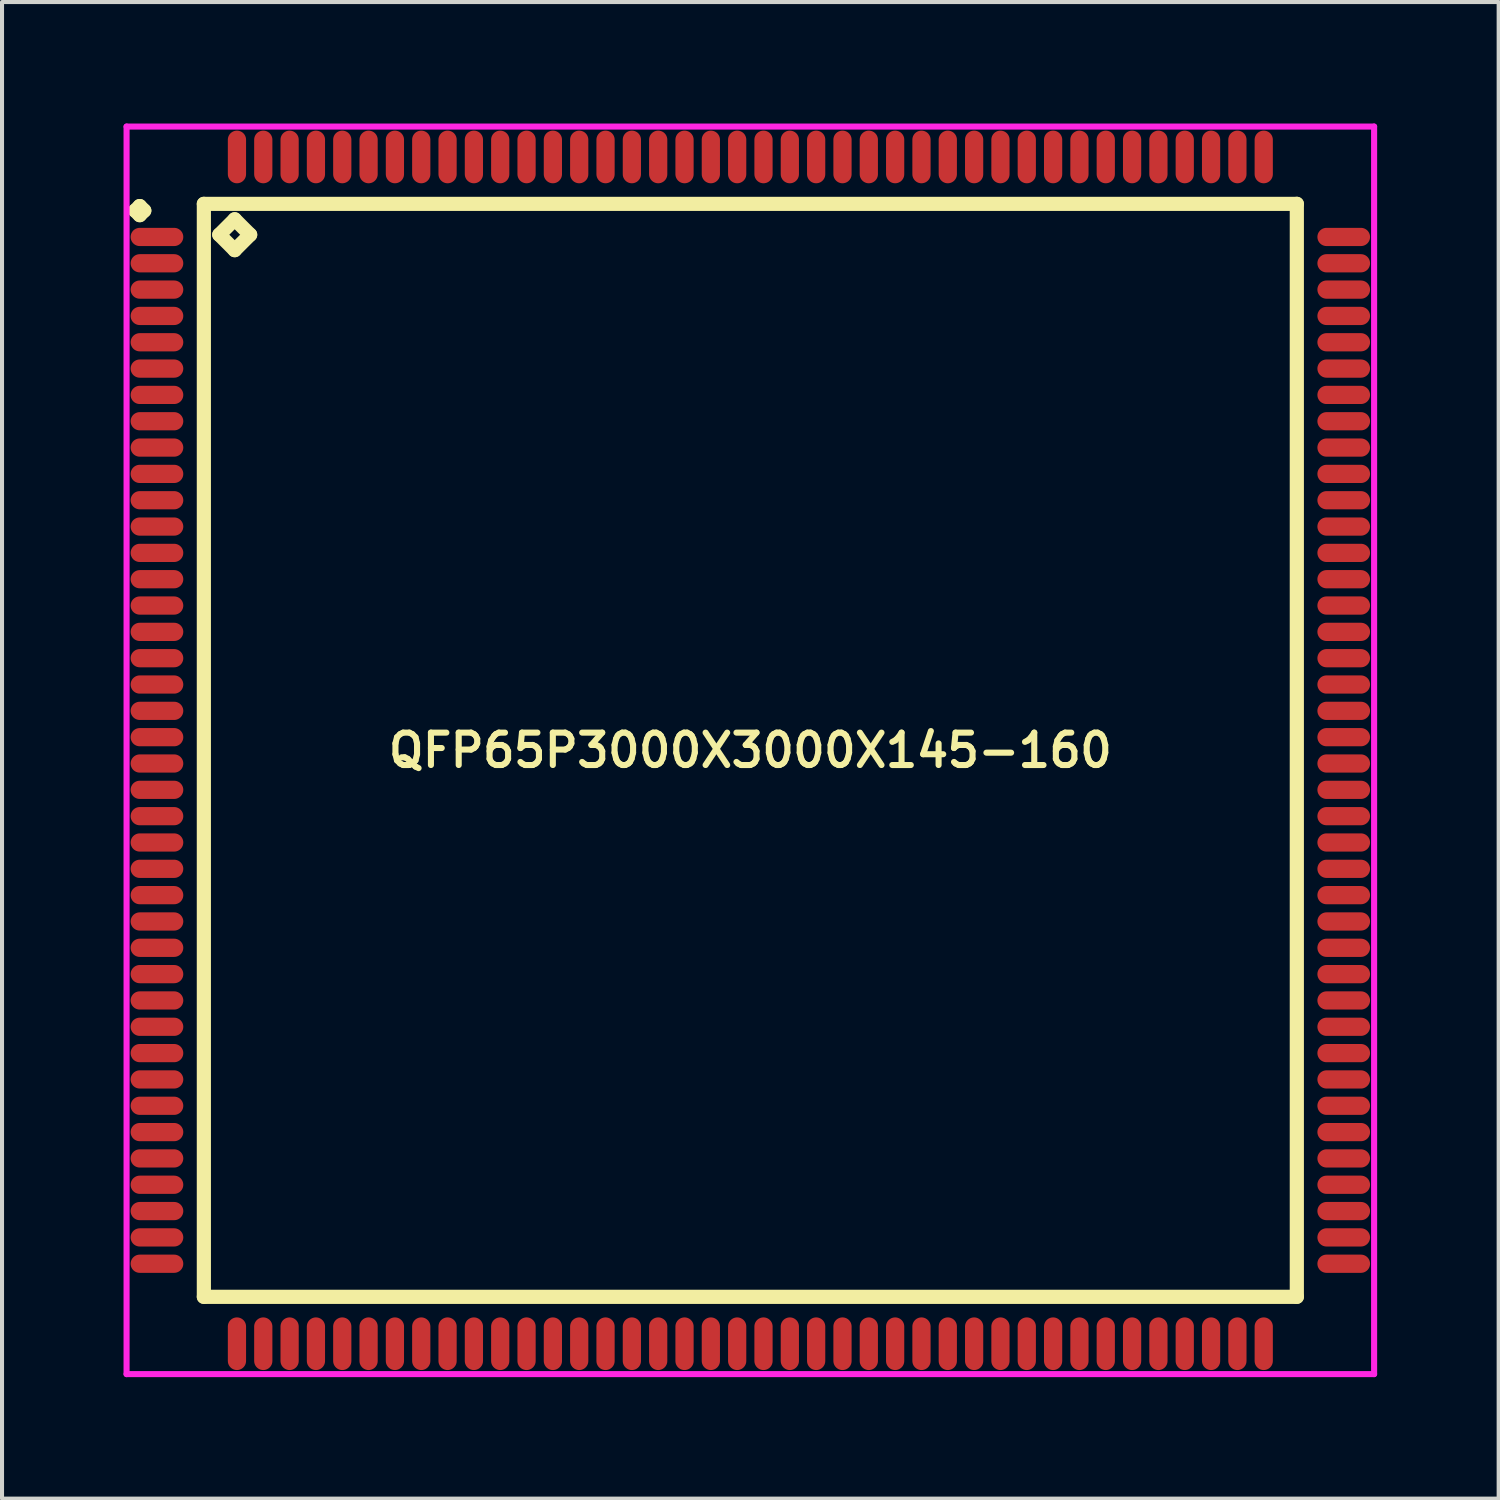
<source format=kicad_pcb>
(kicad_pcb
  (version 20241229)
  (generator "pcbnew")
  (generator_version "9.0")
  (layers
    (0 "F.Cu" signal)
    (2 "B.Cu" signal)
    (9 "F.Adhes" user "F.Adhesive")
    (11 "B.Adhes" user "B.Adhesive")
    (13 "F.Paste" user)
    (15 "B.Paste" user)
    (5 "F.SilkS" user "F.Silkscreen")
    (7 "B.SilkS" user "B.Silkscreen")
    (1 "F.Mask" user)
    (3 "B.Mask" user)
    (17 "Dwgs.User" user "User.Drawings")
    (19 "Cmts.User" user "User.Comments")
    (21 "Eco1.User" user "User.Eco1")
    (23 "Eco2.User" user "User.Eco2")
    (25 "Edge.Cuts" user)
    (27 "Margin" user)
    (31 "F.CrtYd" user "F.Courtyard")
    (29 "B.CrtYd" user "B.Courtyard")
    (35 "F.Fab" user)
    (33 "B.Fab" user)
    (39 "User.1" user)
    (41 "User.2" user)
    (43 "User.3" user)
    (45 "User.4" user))
  (footprint "QFP65P3000X3000X145-160"
    (layer "F.Cu")
    (at 15.475 15.475)
    (property "Reference" "QFP65P3000X3000X145-160" (at 0 0 0) (layer "F.SilkS") (effects (font (size 0.8 0.8) (thickness 0.15))))
    (attr smd)
    (fp_line (start -15.188 -13.325) (end -15.075 -13.438) (stroke (width 0.35) (type solid)) (layer "F.SilkS"))
    (fp_line (start -15.075 -13.438) (end -14.963 -13.325) (stroke (width 0.35) (type solid)) (layer "F.SilkS"))
    (fp_line (start -15.075 -13.213) (end -15.188 -13.325) (stroke (width 0.35) (type solid)) (layer "F.SilkS"))
    (fp_line (start -14.963 -13.325) (end -15.075 -13.213) (stroke (width 0.35) (type solid)) (layer "F.SilkS"))
    (fp_line (start -13.492 -13.492) (end -13.492 13.492) (stroke (width 0.35) (type solid)) (layer "F.SilkS"))
    (fp_line (start -13.492 13.492) (end 13.492 13.492) (stroke (width 0.35) (type solid)) (layer "F.SilkS"))
    (fp_line (start -13.111 -12.73) (end -12.73 -13.111) (stroke (width 0.35) (type solid)) (layer "F.SilkS"))
    (fp_line (start -12.73 -13.111) (end -12.349 -12.73) (stroke (width 0.35) (type solid)) (layer "F.SilkS"))
    (fp_line (start -12.73 -12.349) (end -13.111 -12.73) (stroke (width 0.35) (type solid)) (layer "F.SilkS"))
    (fp_line (start -12.349 -12.73) (end -12.73 -12.349) (stroke (width 0.35) (type solid)) (layer "F.SilkS"))
    (fp_line (start 13.492 -13.492) (end -13.492 -13.492) (stroke (width 0.35) (type solid)) (layer "F.SilkS"))
    (fp_line (start 13.492 13.492) (end 13.492 -13.492) (stroke (width 0.35) (type solid)) (layer "F.SilkS"))
    (fp_line (start -15.4 -15.4) (end 15.4 -15.4) (stroke (width 0.15) (type solid)) (layer "F.CrtYd"))
    (fp_line (start -15.4 15.4) (end -15.4 -15.4) (stroke (width 0.15) (type solid)) (layer "F.CrtYd"))
    (fp_line (start 15.4 -15.4) (end 15.4 15.4) (stroke (width 0.15) (type solid)) (layer "F.CrtYd"))
    (fp_line (start 15.4 15.4) (end -15.4 15.4) (stroke (width 0.15) (type solid)) (layer "F.CrtYd"))
    (pad "1" smd oval (at -14.65 -12.675) (size 1.3 0.45) (layers "F.Cu" "F.Mask" "F.Paste"))
    (pad "2" smd oval (at -14.65 -12.025) (size 1.3 0.45) (layers "F.Cu" "F.Mask" "F.Paste"))
    (pad "3" smd oval (at -14.65 -11.375) (size 1.3 0.45) (layers "F.Cu" "F.Mask" "F.Paste"))
    (pad "4" smd oval (at -14.65 -10.725) (size 1.3 0.45) (layers "F.Cu" "F.Mask" "F.Paste"))
    (pad "5" smd oval (at -14.65 -10.075) (size 1.3 0.45) (layers "F.Cu" "F.Mask" "F.Paste"))
    (pad "6" smd oval (at -14.65 -9.425) (size 1.3 0.45) (layers "F.Cu" "F.Mask" "F.Paste"))
    (pad "7" smd oval (at -14.65 -8.775) (size 1.3 0.45) (layers "F.Cu" "F.Mask" "F.Paste"))
    (pad "8" smd oval (at -14.65 -8.125) (size 1.3 0.45) (layers "F.Cu" "F.Mask" "F.Paste"))
    (pad "9" smd oval (at -14.65 -7.475) (size 1.3 0.45) (layers "F.Cu" "F.Mask" "F.Paste"))
    (pad "10" smd oval (at -14.65 -6.825) (size 1.3 0.45) (layers "F.Cu" "F.Mask" "F.Paste"))
    (pad "11" smd oval (at -14.65 -6.175) (size 1.3 0.45) (layers "F.Cu" "F.Mask" "F.Paste"))
    (pad "12" smd oval (at -14.65 -5.525) (size 1.3 0.45) (layers "F.Cu" "F.Mask" "F.Paste"))
    (pad "13" smd oval (at -14.65 -4.875) (size 1.3 0.45) (layers "F.Cu" "F.Mask" "F.Paste"))
    (pad "14" smd oval (at -14.65 -4.225) (size 1.3 0.45) (layers "F.Cu" "F.Mask" "F.Paste"))
    (pad "15" smd oval (at -14.65 -3.575) (size 1.3 0.45) (layers "F.Cu" "F.Mask" "F.Paste"))
    (pad "16" smd oval (at -14.65 -2.925) (size 1.3 0.45) (layers "F.Cu" "F.Mask" "F.Paste"))
    (pad "17" smd oval (at -14.65 -2.275) (size 1.3 0.45) (layers "F.Cu" "F.Mask" "F.Paste"))
    (pad "18" smd oval (at -14.65 -1.625) (size 1.3 0.45) (layers "F.Cu" "F.Mask" "F.Paste"))
    (pad "19" smd oval (at -14.65 -0.975) (size 1.3 0.45) (layers "F.Cu" "F.Mask" "F.Paste"))
    (pad "20" smd oval (at -14.65 -0.325) (size 1.3 0.45) (layers "F.Cu" "F.Mask" "F.Paste"))
    (pad "21" smd oval (at -14.65 0.325) (size 1.3 0.45) (layers "F.Cu" "F.Mask" "F.Paste"))
    (pad "22" smd oval (at -14.65 0.975) (size 1.3 0.45) (layers "F.Cu" "F.Mask" "F.Paste"))
    (pad "23" smd oval (at -14.65 1.625) (size 1.3 0.45) (layers "F.Cu" "F.Mask" "F.Paste"))
    (pad "24" smd oval (at -14.65 2.275) (size 1.3 0.45) (layers "F.Cu" "F.Mask" "F.Paste"))
    (pad "25" smd oval (at -14.65 2.925) (size 1.3 0.45) (layers "F.Cu" "F.Mask" "F.Paste"))
    (pad "26" smd oval (at -14.65 3.575) (size 1.3 0.45) (layers "F.Cu" "F.Mask" "F.Paste"))
    (pad "27" smd oval (at -14.65 4.225) (size 1.3 0.45) (layers "F.Cu" "F.Mask" "F.Paste"))
    (pad "28" smd oval (at -14.65 4.875) (size 1.3 0.45) (layers "F.Cu" "F.Mask" "F.Paste"))
    (pad "29" smd oval (at -14.65 5.525) (size 1.3 0.45) (layers "F.Cu" "F.Mask" "F.Paste"))
    (pad "30" smd oval (at -14.65 6.175) (size 1.3 0.45) (layers "F.Cu" "F.Mask" "F.Paste"))
    (pad "31" smd oval (at -14.65 6.825) (size 1.3 0.45) (layers "F.Cu" "F.Mask" "F.Paste"))
    (pad "32" smd oval (at -14.65 7.475) (size 1.3 0.45) (layers "F.Cu" "F.Mask" "F.Paste"))
    (pad "33" smd oval (at -14.65 8.125) (size 1.3 0.45) (layers "F.Cu" "F.Mask" "F.Paste"))
    (pad "34" smd oval (at -14.65 8.775) (size 1.3 0.45) (layers "F.Cu" "F.Mask" "F.Paste"))
    (pad "35" smd oval (at -14.65 9.425) (size 1.3 0.45) (layers "F.Cu" "F.Mask" "F.Paste"))
    (pad "36" smd oval (at -14.65 10.075) (size 1.3 0.45) (layers "F.Cu" "F.Mask" "F.Paste"))
    (pad "37" smd oval (at -14.65 10.725) (size 1.3 0.45) (layers "F.Cu" "F.Mask" "F.Paste"))
    (pad "38" smd oval (at -14.65 11.375) (size 1.3 0.45) (layers "F.Cu" "F.Mask" "F.Paste"))
    (pad "39" smd oval (at -14.65 12.025) (size 1.3 0.45) (layers "F.Cu" "F.Mask" "F.Paste"))
    (pad "40" smd oval (at -14.65 12.675) (size 1.3 0.45) (layers "F.Cu" "F.Mask" "F.Paste"))
    (pad "41" smd oval (at -12.675 14.65) (size 0.45 1.3) (layers "F.Cu" "F.Mask" "F.Paste"))
    (pad "42" smd oval (at -12.025 14.65) (size 0.45 1.3) (layers "F.Cu" "F.Mask" "F.Paste"))
    (pad "43" smd oval (at -11.375 14.65) (size 0.45 1.3) (layers "F.Cu" "F.Mask" "F.Paste"))
    (pad "44" smd oval (at -10.725 14.65) (size 0.45 1.3) (layers "F.Cu" "F.Mask" "F.Paste"))
    (pad "45" smd oval (at -10.075 14.65) (size 0.45 1.3) (layers "F.Cu" "F.Mask" "F.Paste"))
    (pad "46" smd oval (at -9.425 14.65) (size 0.45 1.3) (layers "F.Cu" "F.Mask" "F.Paste"))
    (pad "47" smd oval (at -8.775 14.65) (size 0.45 1.3) (layers "F.Cu" "F.Mask" "F.Paste"))
    (pad "48" smd oval (at -8.125 14.65) (size 0.45 1.3) (layers "F.Cu" "F.Mask" "F.Paste"))
    (pad "49" smd oval (at -7.475 14.65) (size 0.45 1.3) (layers "F.Cu" "F.Mask" "F.Paste"))
    (pad "50" smd oval (at -6.825 14.65) (size 0.45 1.3) (layers "F.Cu" "F.Mask" "F.Paste"))
    (pad "51" smd oval (at -6.175 14.65) (size 0.45 1.3) (layers "F.Cu" "F.Mask" "F.Paste"))
    (pad "52" smd oval (at -5.525 14.65) (size 0.45 1.3) (layers "F.Cu" "F.Mask" "F.Paste"))
    (pad "53" smd oval (at -4.875 14.65) (size 0.45 1.3) (layers "F.Cu" "F.Mask" "F.Paste"))
    (pad "54" smd oval (at -4.225 14.65) (size 0.45 1.3) (layers "F.Cu" "F.Mask" "F.Paste"))
    (pad "55" smd oval (at -3.575 14.65) (size 0.45 1.3) (layers "F.Cu" "F.Mask" "F.Paste"))
    (pad "56" smd oval (at -2.925 14.65) (size 0.45 1.3) (layers "F.Cu" "F.Mask" "F.Paste"))
    (pad "57" smd oval (at -2.275 14.65) (size 0.45 1.3) (layers "F.Cu" "F.Mask" "F.Paste"))
    (pad "58" smd oval (at -1.625 14.65) (size 0.45 1.3) (layers "F.Cu" "F.Mask" "F.Paste"))
    (pad "59" smd oval (at -0.975 14.65) (size 0.45 1.3) (layers "F.Cu" "F.Mask" "F.Paste"))
    (pad "60" smd oval (at -0.325 14.65) (size 0.45 1.3) (layers "F.Cu" "F.Mask" "F.Paste"))
    (pad "61" smd oval (at 0.325 14.65) (size 0.45 1.3) (layers "F.Cu" "F.Mask" "F.Paste"))
    (pad "62" smd oval (at 0.975 14.65) (size 0.45 1.3) (layers "F.Cu" "F.Mask" "F.Paste"))
    (pad "63" smd oval (at 1.625 14.65) (size 0.45 1.3) (layers "F.Cu" "F.Mask" "F.Paste"))
    (pad "64" smd oval (at 2.275 14.65) (size 0.45 1.3) (layers "F.Cu" "F.Mask" "F.Paste"))
    (pad "65" smd oval (at 2.925 14.65) (size 0.45 1.3) (layers "F.Cu" "F.Mask" "F.Paste"))
    (pad "66" smd oval (at 3.575 14.65) (size 0.45 1.3) (layers "F.Cu" "F.Mask" "F.Paste"))
    (pad "67" smd oval (at 4.225 14.65) (size 0.45 1.3) (layers "F.Cu" "F.Mask" "F.Paste"))
    (pad "68" smd oval (at 4.875 14.65) (size 0.45 1.3) (layers "F.Cu" "F.Mask" "F.Paste"))
    (pad "69" smd oval (at 5.525 14.65) (size 0.45 1.3) (layers "F.Cu" "F.Mask" "F.Paste"))
    (pad "70" smd oval (at 6.175 14.65) (size 0.45 1.3) (layers "F.Cu" "F.Mask" "F.Paste"))
    (pad "71" smd oval (at 6.825 14.65) (size 0.45 1.3) (layers "F.Cu" "F.Mask" "F.Paste"))
    (pad "72" smd oval (at 7.475 14.65) (size 0.45 1.3) (layers "F.Cu" "F.Mask" "F.Paste"))
    (pad "73" smd oval (at 8.125 14.65) (size 0.45 1.3) (layers "F.Cu" "F.Mask" "F.Paste"))
    (pad "74" smd oval (at 8.775 14.65) (size 0.45 1.3) (layers "F.Cu" "F.Mask" "F.Paste"))
    (pad "75" smd oval (at 9.425 14.65) (size 0.45 1.3) (layers "F.Cu" "F.Mask" "F.Paste"))
    (pad "76" smd oval (at 10.075 14.65) (size 0.45 1.3) (layers "F.Cu" "F.Mask" "F.Paste"))
    (pad "77" smd oval (at 10.725 14.65) (size 0.45 1.3) (layers "F.Cu" "F.Mask" "F.Paste"))
    (pad "78" smd oval (at 11.375 14.65) (size 0.45 1.3) (layers "F.Cu" "F.Mask" "F.Paste"))
    (pad "79" smd oval (at 12.025 14.65) (size 0.45 1.3) (layers "F.Cu" "F.Mask" "F.Paste"))
    (pad "80" smd oval (at 12.675 14.65) (size 0.45 1.3) (layers "F.Cu" "F.Mask" "F.Paste"))
    (pad "81" smd oval (at 14.65 12.675) (size 1.3 0.45) (layers "F.Cu" "F.Mask" "F.Paste"))
    (pad "82" smd oval (at 14.65 12.025) (size 1.3 0.45) (layers "F.Cu" "F.Mask" "F.Paste"))
    (pad "83" smd oval (at 14.65 11.375) (size 1.3 0.45) (layers "F.Cu" "F.Mask" "F.Paste"))
    (pad "84" smd oval (at 14.65 10.725) (size 1.3 0.45) (layers "F.Cu" "F.Mask" "F.Paste"))
    (pad "85" smd oval (at 14.65 10.075) (size 1.3 0.45) (layers "F.Cu" "F.Mask" "F.Paste"))
    (pad "86" smd oval (at 14.65 9.425) (size 1.3 0.45) (layers "F.Cu" "F.Mask" "F.Paste"))
    (pad "87" smd oval (at 14.65 8.775) (size 1.3 0.45) (layers "F.Cu" "F.Mask" "F.Paste"))
    (pad "88" smd oval (at 14.65 8.125) (size 1.3 0.45) (layers "F.Cu" "F.Mask" "F.Paste"))
    (pad "89" smd oval (at 14.65 7.475) (size 1.3 0.45) (layers "F.Cu" "F.Mask" "F.Paste"))
    (pad "90" smd oval (at 14.65 6.825) (size 1.3 0.45) (layers "F.Cu" "F.Mask" "F.Paste"))
    (pad "91" smd oval (at 14.65 6.175) (size 1.3 0.45) (layers "F.Cu" "F.Mask" "F.Paste"))
    (pad "92" smd oval (at 14.65 5.525) (size 1.3 0.45) (layers "F.Cu" "F.Mask" "F.Paste"))
    (pad "93" smd oval (at 14.65 4.875) (size 1.3 0.45) (layers "F.Cu" "F.Mask" "F.Paste"))
    (pad "94" smd oval (at 14.65 4.225) (size 1.3 0.45) (layers "F.Cu" "F.Mask" "F.Paste"))
    (pad "95" smd oval (at 14.65 3.575) (size 1.3 0.45) (layers "F.Cu" "F.Mask" "F.Paste"))
    (pad "96" smd oval (at 14.65 2.925) (size 1.3 0.45) (layers "F.Cu" "F.Mask" "F.Paste"))
    (pad "97" smd oval (at 14.65 2.275) (size 1.3 0.45) (layers "F.Cu" "F.Mask" "F.Paste"))
    (pad "98" smd oval (at 14.65 1.625) (size 1.3 0.45) (layers "F.Cu" "F.Mask" "F.Paste"))
    (pad "99" smd oval (at 14.65 0.975) (size 1.3 0.45) (layers "F.Cu" "F.Mask" "F.Paste"))
    (pad "100" smd oval (at 14.65 0.325) (size 1.3 0.45) (layers "F.Cu" "F.Mask" "F.Paste"))
    (pad "101" smd oval (at 14.65 -0.325) (size 1.3 0.45) (layers "F.Cu" "F.Mask" "F.Paste"))
    (pad "102" smd oval (at 14.65 -0.975) (size 1.3 0.45) (layers "F.Cu" "F.Mask" "F.Paste"))
    (pad "103" smd oval (at 14.65 -1.625) (size 1.3 0.45) (layers "F.Cu" "F.Mask" "F.Paste"))
    (pad "104" smd oval (at 14.65 -2.275) (size 1.3 0.45) (layers "F.Cu" "F.Mask" "F.Paste"))
    (pad "105" smd oval (at 14.65 -2.925) (size 1.3 0.45) (layers "F.Cu" "F.Mask" "F.Paste"))
    (pad "106" smd oval (at 14.65 -3.575) (size 1.3 0.45) (layers "F.Cu" "F.Mask" "F.Paste"))
    (pad "107" smd oval (at 14.65 -4.225) (size 1.3 0.45) (layers "F.Cu" "F.Mask" "F.Paste"))
    (pad "108" smd oval (at 14.65 -4.875) (size 1.3 0.45) (layers "F.Cu" "F.Mask" "F.Paste"))
    (pad "109" smd oval (at 14.65 -5.525) (size 1.3 0.45) (layers "F.Cu" "F.Mask" "F.Paste"))
    (pad "110" smd oval (at 14.65 -6.175) (size 1.3 0.45) (layers "F.Cu" "F.Mask" "F.Paste"))
    (pad "111" smd oval (at 14.65 -6.825) (size 1.3 0.45) (layers "F.Cu" "F.Mask" "F.Paste"))
    (pad "112" smd oval (at 14.65 -7.475) (size 1.3 0.45) (layers "F.Cu" "F.Mask" "F.Paste"))
    (pad "113" smd oval (at 14.65 -8.125) (size 1.3 0.45) (layers "F.Cu" "F.Mask" "F.Paste"))
    (pad "114" smd oval (at 14.65 -8.775) (size 1.3 0.45) (layers "F.Cu" "F.Mask" "F.Paste"))
    (pad "115" smd oval (at 14.65 -9.425) (size 1.3 0.45) (layers "F.Cu" "F.Mask" "F.Paste"))
    (pad "116" smd oval (at 14.65 -10.075) (size 1.3 0.45) (layers "F.Cu" "F.Mask" "F.Paste"))
    (pad "117" smd oval (at 14.65 -10.725) (size 1.3 0.45) (layers "F.Cu" "F.Mask" "F.Paste"))
    (pad "118" smd oval (at 14.65 -11.375) (size 1.3 0.45) (layers "F.Cu" "F.Mask" "F.Paste"))
    (pad "119" smd oval (at 14.65 -12.025) (size 1.3 0.45) (layers "F.Cu" "F.Mask" "F.Paste"))
    (pad "120" smd oval (at 14.65 -12.675) (size 1.3 0.45) (layers "F.Cu" "F.Mask" "F.Paste"))
    (pad "121" smd oval (at 12.675 -14.65) (size 0.45 1.3) (layers "F.Cu" "F.Mask" "F.Paste"))
    (pad "122" smd oval (at 12.025 -14.65) (size 0.45 1.3) (layers "F.Cu" "F.Mask" "F.Paste"))
    (pad "123" smd oval (at 11.375 -14.65) (size 0.45 1.3) (layers "F.Cu" "F.Mask" "F.Paste"))
    (pad "124" smd oval (at 10.725 -14.65) (size 0.45 1.3) (layers "F.Cu" "F.Mask" "F.Paste"))
    (pad "125" smd oval (at 10.075 -14.65) (size 0.45 1.3) (layers "F.Cu" "F.Mask" "F.Paste"))
    (pad "126" smd oval (at 9.425 -14.65) (size 0.45 1.3) (layers "F.Cu" "F.Mask" "F.Paste"))
    (pad "127" smd oval (at 8.775 -14.65) (size 0.45 1.3) (layers "F.Cu" "F.Mask" "F.Paste"))
    (pad "128" smd oval (at 8.125 -14.65) (size 0.45 1.3) (layers "F.Cu" "F.Mask" "F.Paste"))
    (pad "129" smd oval (at 7.475 -14.65) (size 0.45 1.3) (layers "F.Cu" "F.Mask" "F.Paste"))
    (pad "130" smd oval (at 6.825 -14.65) (size 0.45 1.3) (layers "F.Cu" "F.Mask" "F.Paste"))
    (pad "131" smd oval (at 6.175 -14.65) (size 0.45 1.3) (layers "F.Cu" "F.Mask" "F.Paste"))
    (pad "132" smd oval (at 5.525 -14.65) (size 0.45 1.3) (layers "F.Cu" "F.Mask" "F.Paste"))
    (pad "133" smd oval (at 4.875 -14.65) (size 0.45 1.3) (layers "F.Cu" "F.Mask" "F.Paste"))
    (pad "134" smd oval (at 4.225 -14.65) (size 0.45 1.3) (layers "F.Cu" "F.Mask" "F.Paste"))
    (pad "135" smd oval (at 3.575 -14.65) (size 0.45 1.3) (layers "F.Cu" "F.Mask" "F.Paste"))
    (pad "136" smd oval (at 2.925 -14.65) (size 0.45 1.3) (layers "F.Cu" "F.Mask" "F.Paste"))
    (pad "137" smd oval (at 2.275 -14.65) (size 0.45 1.3) (layers "F.Cu" "F.Mask" "F.Paste"))
    (pad "138" smd oval (at 1.625 -14.65) (size 0.45 1.3) (layers "F.Cu" "F.Mask" "F.Paste"))
    (pad "139" smd oval (at 0.975 -14.65) (size 0.45 1.3) (layers "F.Cu" "F.Mask" "F.Paste"))
    (pad "140" smd oval (at 0.325 -14.65) (size 0.45 1.3) (layers "F.Cu" "F.Mask" "F.Paste"))
    (pad "141" smd oval (at -0.325 -14.65) (size 0.45 1.3) (layers "F.Cu" "F.Mask" "F.Paste"))
    (pad "142" smd oval (at -0.975 -14.65) (size 0.45 1.3) (layers "F.Cu" "F.Mask" "F.Paste"))
    (pad "143" smd oval (at -1.625 -14.65) (size 0.45 1.3) (layers "F.Cu" "F.Mask" "F.Paste"))
    (pad "144" smd oval (at -2.275 -14.65) (size 0.45 1.3) (layers "F.Cu" "F.Mask" "F.Paste"))
    (pad "145" smd oval (at -2.925 -14.65) (size 0.45 1.3) (layers "F.Cu" "F.Mask" "F.Paste"))
    (pad "146" smd oval (at -3.575 -14.65) (size 0.45 1.3) (layers "F.Cu" "F.Mask" "F.Paste"))
    (pad "147" smd oval (at -4.225 -14.65) (size 0.45 1.3) (layers "F.Cu" "F.Mask" "F.Paste"))
    (pad "148" smd oval (at -4.875 -14.65) (size 0.45 1.3) (layers "F.Cu" "F.Mask" "F.Paste"))
    (pad "149" smd oval (at -5.525 -14.65) (size 0.45 1.3) (layers "F.Cu" "F.Mask" "F.Paste"))
    (pad "150" smd oval (at -6.175 -14.65) (size 0.45 1.3) (layers "F.Cu" "F.Mask" "F.Paste"))
    (pad "151" smd oval (at -6.825 -14.65) (size 0.45 1.3) (layers "F.Cu" "F.Mask" "F.Paste"))
    (pad "152" smd oval (at -7.475 -14.65) (size 0.45 1.3) (layers "F.Cu" "F.Mask" "F.Paste"))
    (pad "153" smd oval (at -8.125 -14.65) (size 0.45 1.3) (layers "F.Cu" "F.Mask" "F.Paste"))
    (pad "154" smd oval (at -8.775 -14.65) (size 0.45 1.3) (layers "F.Cu" "F.Mask" "F.Paste"))
    (pad "155" smd oval (at -9.425 -14.65) (size 0.45 1.3) (layers "F.Cu" "F.Mask" "F.Paste"))
    (pad "156" smd oval (at -10.075 -14.65) (size 0.45 1.3) (layers "F.Cu" "F.Mask" "F.Paste"))
    (pad "157" smd oval (at -10.725 -14.65) (size 0.45 1.3) (layers "F.Cu" "F.Mask" "F.Paste"))
    (pad "158" smd oval (at -11.375 -14.65) (size 0.45 1.3) (layers "F.Cu" "F.Mask" "F.Paste"))
    (pad "159" smd oval (at -12.025 -14.65) (size 0.45 1.3) (layers "F.Cu" "F.Mask" "F.Paste"))
    (pad "160" smd oval (at -12.675 -14.65) (size 0.45 1.3) (layers "F.Cu" "F.Mask" "F.Paste")))
  (gr_rect
    (start -3 -3)
    (end 33.95 33.95)
    (stroke (width 0.1) (type default))
    (fill no)
    (layer "Edge.Cuts")))
</source>
